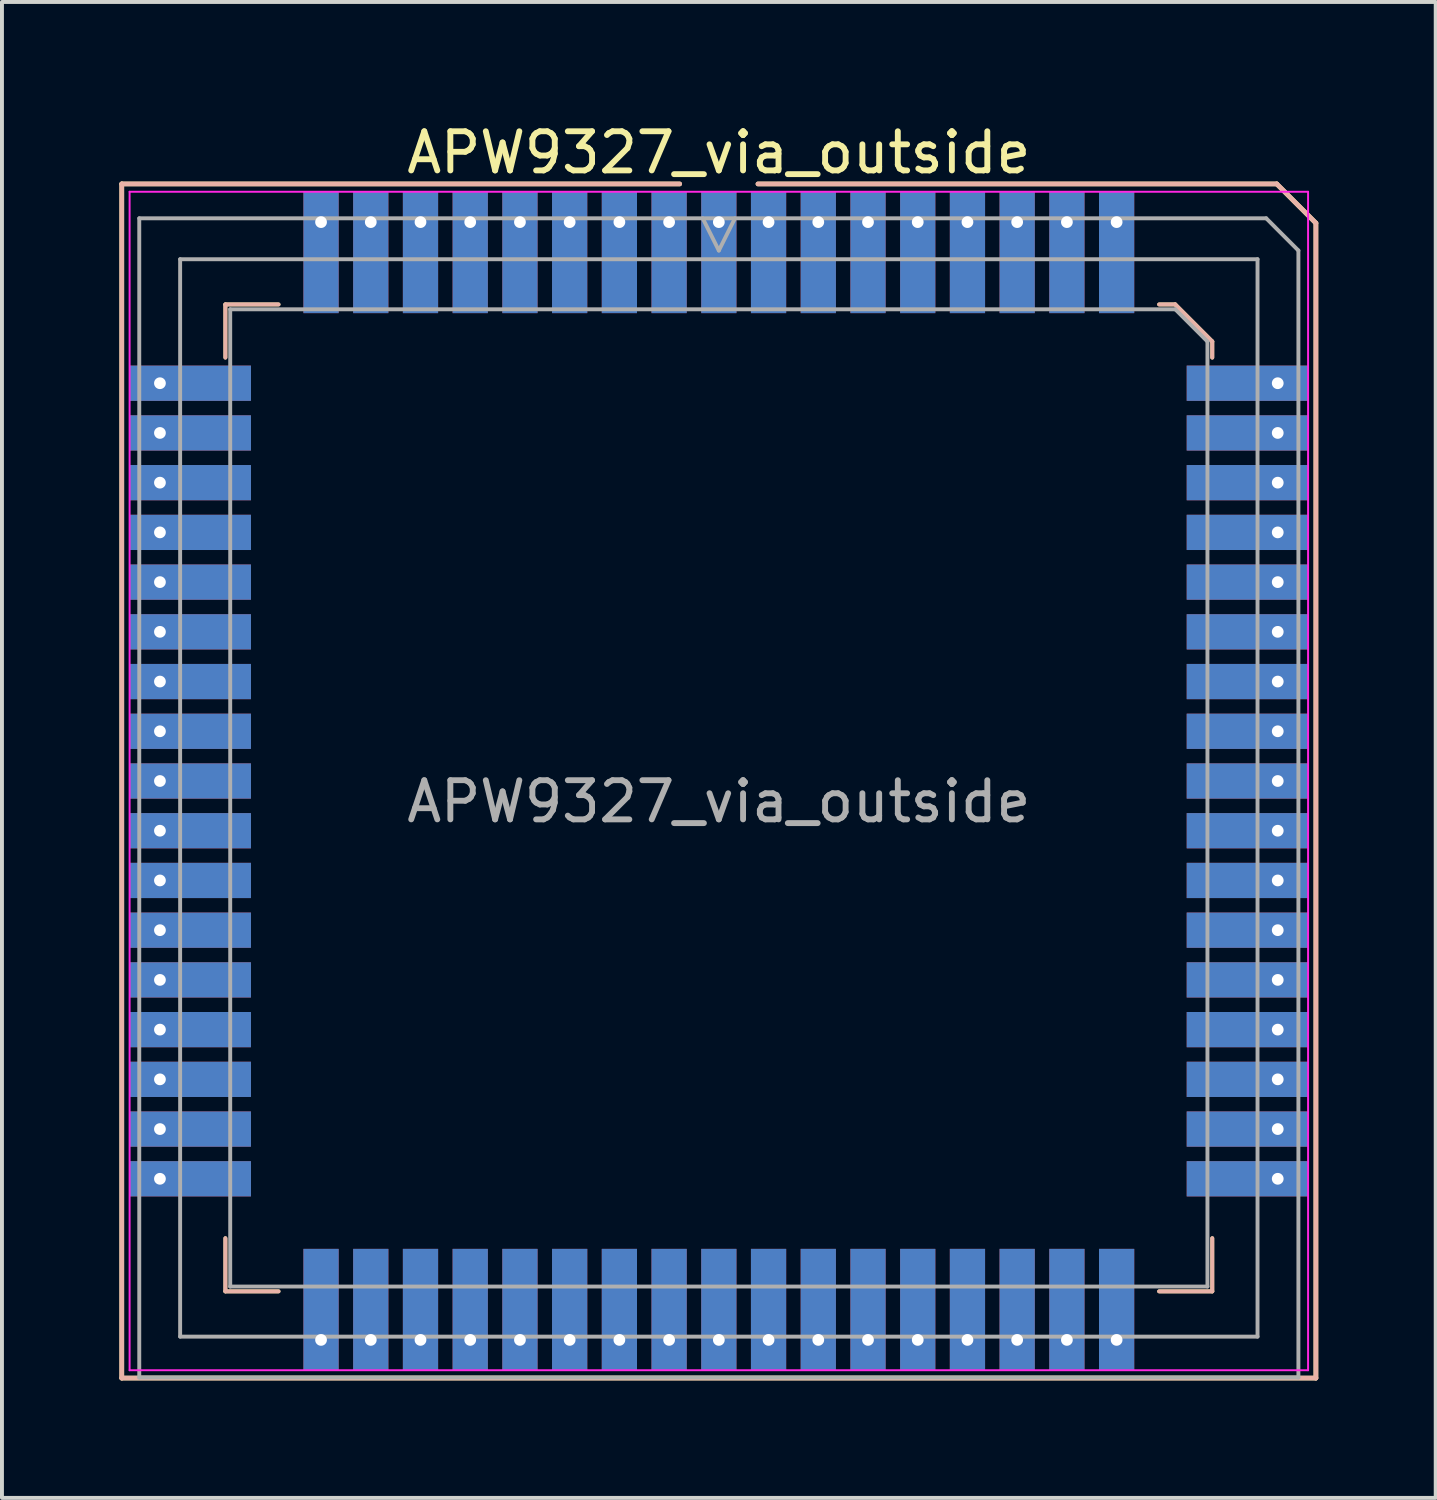
<source format=kicad_pcb>
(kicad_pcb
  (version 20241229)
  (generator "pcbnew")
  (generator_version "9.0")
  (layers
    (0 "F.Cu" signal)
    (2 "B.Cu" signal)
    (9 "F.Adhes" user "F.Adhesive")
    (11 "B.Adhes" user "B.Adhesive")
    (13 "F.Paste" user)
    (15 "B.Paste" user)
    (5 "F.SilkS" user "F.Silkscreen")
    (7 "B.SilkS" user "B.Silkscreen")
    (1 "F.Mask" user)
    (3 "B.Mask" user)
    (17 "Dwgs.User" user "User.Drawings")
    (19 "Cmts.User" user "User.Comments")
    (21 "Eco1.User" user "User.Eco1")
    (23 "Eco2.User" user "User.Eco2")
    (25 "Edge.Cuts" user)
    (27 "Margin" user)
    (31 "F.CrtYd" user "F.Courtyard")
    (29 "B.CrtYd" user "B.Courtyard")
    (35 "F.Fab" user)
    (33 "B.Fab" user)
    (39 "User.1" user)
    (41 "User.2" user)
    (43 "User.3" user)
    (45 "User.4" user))
  (footprint "APW9327_via_outside"
    (layer "F.Cu")
    (at 15.31 16.898)
    (property "Reference" "APW9327_via_outside" (at 0 -16.05 180) (layer "F.SilkS") (effects (font (size 1 1) (thickness 0.15))))
    (attr smd)
    (fp_line (start -15.25 -15.25) (end -1 -15.25) (stroke (width 0.12) (type solid)) (layer "F.SilkS"))
    (fp_line (start -15.25 15.25) (end -15.25 -15.25) (stroke (width 0.12) (type solid)) (layer "F.SilkS"))
    (fp_line (start -12.603 -12.172) (end -12.603 -10.815) (stroke (width 0.1) (type solid)) (layer "F.SilkS"))
    (fp_line (start -12.603 13.035) (end -12.603 11.678) (stroke (width 0.1) (type solid)) (layer "F.SilkS"))
    (fp_line (start -11.246 -12.172) (end -12.603 -12.172) (stroke (width 0.1) (type solid)) (layer "F.SilkS"))
    (fp_line (start -11.246 13.035) (end -12.603 13.035) (stroke (width 0.1) (type solid)) (layer "F.SilkS"))
    (fp_line (start 1 -15.25) (end 14.25 -15.25) (stroke (width 0.12) (type solid)) (layer "F.SilkS"))
    (fp_line (start 11.246 -12.172) (end 11.658 -12.172) (stroke (width 0.1) (type solid)) (layer "F.SilkS"))
    (fp_line (start 11.246 13.035) (end 12.603 13.035) (stroke (width 0.1) (type solid)) (layer "F.SilkS"))
    (fp_line (start 11.658 -12.172) (end 12.603 -11.226) (stroke (width 0.1) (type solid)) (layer "F.SilkS"))
    (fp_line (start 12.603 -11.226) (end 12.603 -10.815) (stroke (width 0.1) (type solid)) (layer "F.SilkS"))
    (fp_line (start 12.603 13.035) (end 12.603 11.678) (stroke (width 0.1) (type solid)) (layer "F.SilkS"))
    (fp_line (start 14.25 -15.25) (end 15.25 -14.25) (stroke (width 0.12) (type solid)) (layer "F.SilkS"))
    (fp_line (start 15.25 -14.25) (end 15.25 15.25) (stroke (width 0.12) (type solid)) (layer "F.SilkS"))
    (fp_line (start 15.25 15.25) (end -15.25 15.25) (stroke (width 0.12) (type solid)) (layer "F.SilkS"))
    (fp_line (start -15.25 -15.25) (end -1 -15.25) (stroke (width 0.12) (type solid)) (layer "B.SilkS"))
    (fp_line (start -15.25 15.25) (end -15.25 -15.25) (stroke (width 0.12) (type solid)) (layer "B.SilkS"))
    (fp_line (start -12.603 -12.172) (end -12.603 -10.815) (stroke (width 0.1) (type solid)) (layer "B.SilkS"))
    (fp_line (start -12.603 13.035) (end -12.603 11.678) (stroke (width 0.1) (type solid)) (layer "B.SilkS"))
    (fp_line (start -11.246 -12.172) (end -12.603 -12.172) (stroke (width 0.1) (type solid)) (layer "B.SilkS"))
    (fp_line (start -11.246 13.035) (end -12.603 13.035) (stroke (width 0.1) (type solid)) (layer "B.SilkS"))
    (fp_line (start 1 -15.25) (end 14.25 -15.25) (stroke (width 0.12) (type solid)) (layer "B.SilkS"))
    (fp_line (start 11.246 -12.172) (end 11.658 -12.172) (stroke (width 0.1) (type solid)) (layer "B.SilkS"))
    (fp_line (start 11.246 13.035) (end 12.603 13.035) (stroke (width 0.1) (type solid)) (layer "B.SilkS"))
    (fp_line (start 11.658 -12.172) (end 12.603 -11.226) (stroke (width 0.1) (type solid)) (layer "B.SilkS"))
    (fp_line (start 12.603 -11.226) (end 12.603 -10.815) (stroke (width 0.1) (type solid)) (layer "B.SilkS"))
    (fp_line (start 12.603 13.035) (end 12.603 11.678) (stroke (width 0.1) (type solid)) (layer "B.SilkS"))
    (fp_line (start 14.25 -15.25) (end 15.25 -14.25) (stroke (width 0.12) (type solid)) (layer "B.SilkS"))
    (fp_line (start 15.25 -14.25) (end 15.25 15.25) (stroke (width 0.12) (type solid)) (layer "B.SilkS"))
    (fp_line (start 15.25 15.25) (end -15.25 15.25) (stroke (width 0.12) (type solid)) (layer "B.SilkS"))
    (fp_line (start -15.05 -15.05) (end 15.05 -15.05) (stroke (width 0.05) (type solid)) (layer "F.CrtYd"))
    (fp_line (start -15.05 15.05) (end -15.05 -15.05) (stroke (width 0.05) (type solid)) (layer "F.CrtYd"))
    (fp_line (start 15.05 -15.05) (end 15.05 15.05) (stroke (width 0.05) (type solid)) (layer "F.CrtYd"))
    (fp_line (start 15.05 15.05) (end -15.05 15.05) (stroke (width 0.05) (type solid)) (layer "F.CrtYd"))
    (fp_line (start -14.803 -14.372) (end 13.981 -14.372) (stroke (width 0.1) (type solid)) (layer "F.Fab"))
    (fp_line (start -14.803 15.235) (end -14.803 -14.372) (stroke (width 0.1) (type solid)) (layer "F.Fab"))
    (fp_line (start -13.759 -13.327) (end 13.759 -13.327) (stroke (width 0.1) (type solid)) (layer "F.Fab"))
    (fp_line (start -13.759 14.191) (end -13.759 -13.327) (stroke (width 0.1) (type solid)) (layer "F.Fab"))
    (fp_line (start -12.48 -12.048) (end 11.658 -12.048) (stroke (width 0.1) (type solid)) (layer "F.Fab"))
    (fp_line (start -12.48 12.912) (end -12.48 -12.048) (stroke (width 0.1) (type solid)) (layer "F.Fab"))
    (fp_line (start 0 -13.549) (end -0.411 -14.372) (stroke (width 0.1) (type solid)) (layer "F.Fab"))
    (fp_line (start 0.411 -14.372) (end 0 -13.549) (stroke (width 0.1) (type solid)) (layer "F.Fab"))
    (fp_line (start 11.658 -12.048) (end 12.48 -11.226) (stroke (width 0.1) (type solid)) (layer "F.Fab"))
    (fp_line (start 12.48 -11.226) (end 12.48 12.912) (stroke (width 0.1) (type solid)) (layer "F.Fab"))
    (fp_line (start 12.48 12.912) (end -12.48 12.912) (stroke (width 0.1) (type solid)) (layer "F.Fab"))
    (fp_line (start 13.759 -13.327) (end 13.759 14.191) (stroke (width 0.1) (type solid)) (layer "F.Fab"))
    (fp_line (start 13.759 14.191) (end -13.759 14.191) (stroke (width 0.1) (type solid)) (layer "F.Fab"))
    (fp_line (start 13.981 -14.372) (end 14.803 -13.549) (stroke (width 0.1) (type solid)) (layer "F.Fab"))
    (fp_line (start 14.803 -13.549) (end 14.803 15.235) (stroke (width 0.1) (type solid)) (layer "F.Fab"))
    (fp_line (start 14.803 15.235) (end -14.803 15.235) (stroke (width 0.1) (type solid)) (layer "F.Fab"))
    (fp_text user "${REFERENCE}" (at 0 0.525 180) (layer "F.Fab") (effects (font (size 1 1) (thickness 0.15))))
    (pad "1" thru_hole rect (at 0 -14.275) (size 0.9 3.1) (drill 0.3 (offset 0 0.775)) (layers "*.Cu" "*.Mask"))
    (pad "2" thru_hole rect (at 1.27 -14.275) (size 0.9 3.1) (drill 0.3 (offset 0 0.775)) (layers "*.Cu" "*.Mask"))
    (pad "3" thru_hole rect (at 2.54 -14.275) (size 0.9 3.1) (drill 0.3 (offset 0 0.775)) (layers "*.Cu" "*.Mask"))
    (pad "4" thru_hole rect (at 3.81 -14.275) (size 0.9 3.1) (drill 0.3 (offset 0 0.775)) (layers "*.Cu" "*.Mask"))
    (pad "5" thru_hole rect (at 5.08 -14.275) (size 0.9 3.1) (drill 0.3 (offset 0 0.775)) (layers "*.Cu" "*.Mask"))
    (pad "6" thru_hole rect (at 6.35 -14.275) (size 0.9 3.1) (drill 0.3 (offset 0 0.775)) (layers "*.Cu" "*.Mask"))
    (pad "7" thru_hole rect (at 7.62 -14.275) (size 0.9 3.1) (drill 0.3 (offset 0 0.775)) (layers "*.Cu" "*.Mask"))
    (pad "8" thru_hole rect (at 8.89 -14.275) (size 0.9 3.1) (drill 0.3 (offset 0 0.775)) (layers "*.Cu" "*.Mask"))
    (pad "9" thru_hole rect (at 10.16 -14.275) (size 0.9 3.1) (drill 0.3 (offset 0 0.775)) (layers "*.Cu" "*.Mask"))
    (pad "10" thru_hole rect (at 14.275 -10.16) (size 3.1 0.9) (drill 0.3 (offset -0.775 0)) (layers "*.Cu" "*.Mask"))
    (pad "11" thru_hole rect (at 14.275 -8.89) (size 3.1 0.9) (drill 0.3 (offset -0.775 0)) (layers "*.Cu" "*.Mask"))
    (pad "12" thru_hole rect (at 14.275 -7.62) (size 3.1 0.9) (drill 0.3 (offset -0.775 0)) (layers "*.Cu" "*.Mask"))
    (pad "13" thru_hole rect (at 14.275 -6.35) (size 3.1 0.9) (drill 0.3 (offset -0.775 0)) (layers "*.Cu" "*.Mask"))
    (pad "14" thru_hole rect (at 14.275 -5.08) (size 3.1 0.9) (drill 0.3 (offset -0.775 0)) (layers "*.Cu" "*.Mask"))
    (pad "15" thru_hole rect (at 14.275 -3.81) (size 3.1 0.9) (drill 0.3 (offset -0.775 0)) (layers "*.Cu" "*.Mask"))
    (pad "16" thru_hole rect (at 14.275 -2.54) (size 3.1 0.9) (drill 0.3 (offset -0.775 0)) (layers "*.Cu" "*.Mask"))
    (pad "17" thru_hole rect (at 14.275 -1.27) (size 3.1 0.9) (drill 0.3 (offset -0.775 0)) (layers "*.Cu" "*.Mask"))
    (pad "18" thru_hole rect (at 14.275 0) (size 3.1 0.9) (drill 0.3 (offset -0.775 0)) (layers "*.Cu" "*.Mask"))
    (pad "19" thru_hole rect (at 14.275 1.27) (size 3.1 0.9) (drill 0.3 (offset -0.775 0)) (layers "*.Cu" "*.Mask"))
    (pad "20" thru_hole rect (at 14.275 2.54) (size 3.1 0.9) (drill 0.3 (offset -0.775 0)) (layers "*.Cu" "*.Mask"))
    (pad "21" thru_hole rect (at 14.275 3.81) (size 3.1 0.9) (drill 0.3 (offset -0.775 0)) (layers "*.Cu" "*.Mask"))
    (pad "22" thru_hole rect (at 14.275 5.08) (size 3.1 0.9) (drill 0.3 (offset -0.775 0)) (layers "*.Cu" "*.Mask"))
    (pad "23" thru_hole rect (at 14.275 6.35) (size 3.1 0.9) (drill 0.3 (offset -0.775 0)) (layers "*.Cu" "*.Mask"))
    (pad "24" thru_hole rect (at 14.275 7.62) (size 3.1 0.9) (drill 0.3 (offset -0.775 0)) (layers "*.Cu" "*.Mask"))
    (pad "25" thru_hole rect (at 14.275 8.89) (size 3.1 0.9) (drill 0.3 (offset -0.775 0)) (layers "*.Cu" "*.Mask"))
    (pad "26" thru_hole rect (at 14.275 10.16) (size 3.1 0.9) (drill 0.3 (offset -0.775 0)) (layers "*.Cu" "*.Mask"))
    (pad "27" thru_hole rect (at 10.16 14.275) (size 0.9 3.1) (drill 0.3 (offset 0 -0.775)) (layers "*.Cu" "*.Mask"))
    (pad "28" thru_hole rect (at 8.89 14.275) (size 0.9 3.1) (drill 0.3 (offset 0 -0.775)) (layers "*.Cu" "*.Mask"))
    (pad "29" thru_hole rect (at 7.62 14.275) (size 0.9 3.1) (drill 0.3 (offset 0 -0.775)) (layers "*.Cu" "*.Mask"))
    (pad "30" thru_hole rect (at 6.35 14.275) (size 0.9 3.1) (drill 0.3 (offset 0 -0.775)) (layers "*.Cu" "*.Mask"))
    (pad "31" thru_hole rect (at 5.08 14.275) (size 0.9 3.1) (drill 0.3 (offset 0 -0.775)) (layers "*.Cu" "*.Mask"))
    (pad "32" thru_hole rect (at 3.81 14.275) (size 0.9 3.1) (drill 0.3 (offset 0 -0.775)) (layers "*.Cu" "*.Mask"))
    (pad "33" thru_hole rect (at 2.54 14.275) (size 0.9 3.1) (drill 0.3 (offset 0 -0.775)) (layers "*.Cu" "*.Mask"))
    (pad "34" thru_hole rect (at 1.27 14.275) (size 0.9 3.1) (drill 0.3 (offset 0 -0.775)) (layers "*.Cu" "*.Mask"))
    (pad "35" thru_hole rect (at 0 14.275) (size 0.9 3.1) (drill 0.3 (offset 0 -0.775)) (layers "*.Cu" "*.Mask"))
    (pad "36" thru_hole rect (at -1.27 14.275) (size 0.9 3.1) (drill 0.3 (offset 0 -0.775)) (layers "*.Cu" "*.Mask"))
    (pad "37" thru_hole rect (at -2.54 14.275) (size 0.9 3.1) (drill 0.3 (offset 0 -0.775)) (layers "*.Cu" "*.Mask"))
    (pad "38" thru_hole rect (at -3.81 14.275) (size 0.9 3.1) (drill 0.3 (offset 0 -0.775)) (layers "*.Cu" "*.Mask"))
    (pad "39" thru_hole rect (at -5.08 14.275) (size 0.9 3.1) (drill 0.3 (offset 0 -0.775)) (layers "*.Cu" "*.Mask"))
    (pad "40" thru_hole rect (at -6.35 14.275) (size 0.9 3.1) (drill 0.3 (offset 0 -0.775)) (layers "*.Cu" "*.Mask"))
    (pad "41" thru_hole rect (at -7.62 14.275) (size 0.9 3.1) (drill 0.3 (offset 0 -0.775)) (layers "*.Cu" "*.Mask"))
    (pad "42" thru_hole rect (at -8.89 14.275) (size 0.9 3.1) (drill 0.3 (offset 0 -0.775)) (layers "*.Cu" "*.Mask"))
    (pad "43" thru_hole rect (at -10.16 14.275) (size 0.9 3.1) (drill 0.3 (offset 0 -0.775)) (layers "*.Cu" "*.Mask"))
    (pad "44" thru_hole rect (at -14.275 10.16) (size 3.1 0.9) (drill 0.3 (offset 0.775 0)) (layers "*.Cu" "*.Mask"))
    (pad "45" thru_hole rect (at -14.275 8.89) (size 3.1 0.9) (drill 0.3 (offset 0.775 0)) (layers "*.Cu" "*.Mask"))
    (pad "46" thru_hole rect (at -14.275 7.62) (size 3.1 0.9) (drill 0.3 (offset 0.775 0)) (layers "*.Cu" "*.Mask"))
    (pad "47" thru_hole rect (at -14.275 6.35) (size 3.1 0.9) (drill 0.3 (offset 0.775 0)) (layers "*.Cu" "*.Mask"))
    (pad "48" thru_hole rect (at -14.275 5.08) (size 3.1 0.9) (drill 0.3 (offset 0.775 0)) (layers "*.Cu" "*.Mask"))
    (pad "49" thru_hole rect (at -14.275 3.81) (size 3.1 0.9) (drill 0.3 (offset 0.775 0)) (layers "*.Cu" "*.Mask"))
    (pad "50" thru_hole rect (at -14.275 2.54) (size 3.1 0.9) (drill 0.3 (offset 0.775 0)) (layers "*.Cu" "*.Mask"))
    (pad "51" thru_hole rect (at -14.275 1.27) (size 3.1 0.9) (drill 0.3 (offset 0.775 0)) (layers "*.Cu" "*.Mask"))
    (pad "52" thru_hole rect (at -14.275 0) (size 3.1 0.9) (drill 0.3 (offset 0.775 0)) (layers "*.Cu" "*.Mask"))
    (pad "53" thru_hole rect (at -14.275 -1.27) (size 3.1 0.9) (drill 0.3 (offset 0.775 0)) (layers "*.Cu" "*.Mask"))
    (pad "54" thru_hole rect (at -14.275 -2.54) (size 3.1 0.9) (drill 0.3 (offset 0.775 0)) (layers "*.Cu" "*.Mask"))
    (pad "55" thru_hole rect (at -14.275 -3.81) (size 3.1 0.9) (drill 0.3 (offset 0.775 0)) (layers "*.Cu" "*.Mask"))
    (pad "56" thru_hole rect (at -14.275 -5.08) (size 3.1 0.9) (drill 0.3 (offset 0.775 0)) (layers "*.Cu" "*.Mask"))
    (pad "57" thru_hole rect (at -14.275 -6.35) (size 3.1 0.9) (drill 0.3 (offset 0.775 0)) (layers "*.Cu" "*.Mask"))
    (pad "58" thru_hole rect (at -14.275 -7.62) (size 3.1 0.9) (drill 0.3 (offset 0.775 0)) (layers "*.Cu" "*.Mask"))
    (pad "59" thru_hole rect (at -14.275 -8.89) (size 3.1 0.9) (drill 0.3 (offset 0.775 0)) (layers "*.Cu" "*.Mask"))
    (pad "60" thru_hole rect (at -14.275 -10.16) (size 3.1 0.9) (drill 0.3 (offset 0.775 0)) (layers "*.Cu" "*.Mask"))
    (pad "61" thru_hole rect (at -10.16 -14.275) (size 0.9 3.1) (drill 0.3 (offset 0 0.775)) (layers "*.Cu" "*.Mask"))
    (pad "62" thru_hole rect (at -8.89 -14.275) (size 0.9 3.1) (drill 0.3 (offset 0 0.775)) (layers "*.Cu" "*.Mask"))
    (pad "63" thru_hole rect (at -7.62 -14.275) (size 0.9 3.1) (drill 0.3 (offset 0 0.775)) (layers "*.Cu" "*.Mask"))
    (pad "64" thru_hole rect (at -6.35 -14.275) (size 0.9 3.1) (drill 0.3 (offset 0 0.775)) (layers "*.Cu" "*.Mask"))
    (pad "65" thru_hole rect (at -5.08 -14.275) (size 0.9 3.1) (drill 0.3 (offset 0 0.775)) (layers "*.Cu" "*.Mask"))
    (pad "66" thru_hole rect (at -3.81 -14.275) (size 0.9 3.1) (drill 0.3 (offset 0 0.775)) (layers "*.Cu" "*.Mask"))
    (pad "67" thru_hole rect (at -2.54 -14.275) (size 0.9 3.1) (drill 0.3 (offset 0 0.775)) (layers "*.Cu" "*.Mask"))
    (pad "68" thru_hole rect (at -1.27 -14.275) (size 0.9 3.1) (drill 0.3 (offset 0 0.775)) (layers "*.Cu" "*.Mask")))
  (gr_rect
    (start -3 -3)
    (end 33.62 35.208)
    (stroke (width 0.1) (type default))
    (fill no)
    (layer "Edge.Cuts")))
</source>
